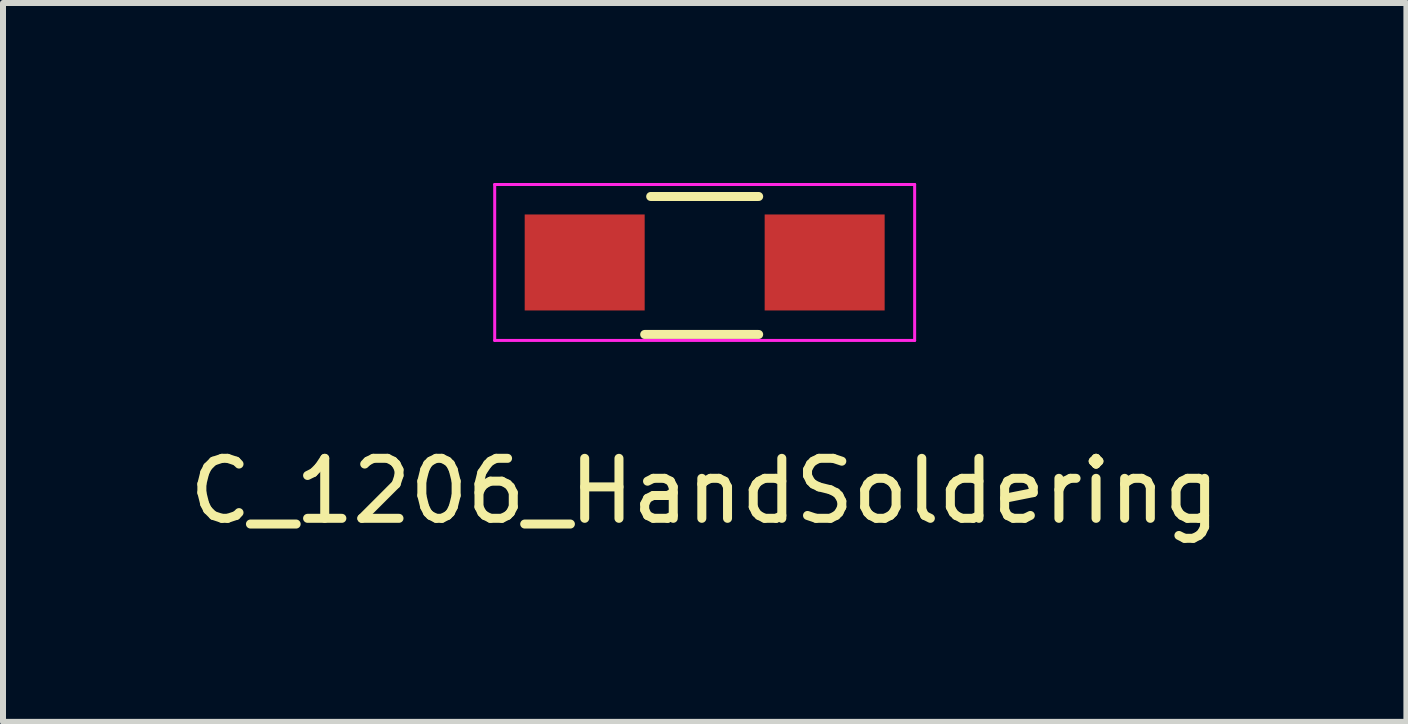
<source format=kicad_pcb>
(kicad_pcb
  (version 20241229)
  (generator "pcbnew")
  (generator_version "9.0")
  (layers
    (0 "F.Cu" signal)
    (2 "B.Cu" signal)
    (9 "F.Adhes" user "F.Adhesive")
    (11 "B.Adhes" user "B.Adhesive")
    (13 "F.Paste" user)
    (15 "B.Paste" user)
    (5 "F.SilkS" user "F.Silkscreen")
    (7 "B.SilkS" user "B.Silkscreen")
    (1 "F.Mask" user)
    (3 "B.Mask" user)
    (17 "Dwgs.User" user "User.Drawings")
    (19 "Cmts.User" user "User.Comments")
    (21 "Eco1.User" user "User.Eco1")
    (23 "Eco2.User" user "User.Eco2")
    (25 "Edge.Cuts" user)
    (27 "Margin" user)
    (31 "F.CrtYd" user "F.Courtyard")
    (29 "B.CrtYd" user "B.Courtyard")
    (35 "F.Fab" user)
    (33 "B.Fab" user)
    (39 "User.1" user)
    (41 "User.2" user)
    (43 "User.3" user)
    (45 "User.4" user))
  (footprint "C_1206_HandSoldering"
    (layer "F.Cu")
    (at 8.696 1.325)
    (property "Reference" "C_1206_HandSoldering" (at 0 3.81 0) (layer "F.SilkS") (effects (font (size 1 1) (thickness 0.15))))
    (attr through_hole)
    (fp_line (start -0.9 -1.1) (end 0.9 -1.1) (stroke (width 0.15) (type solid)) (layer "F.SilkS"))
    (fp_line (start 0.9 1.2) (end -1 1.2) (stroke (width 0.15) (type solid)) (layer "F.SilkS"))
    (fp_line (start -3.5 -1.3) (end -3.5 1.3) (stroke (width 0.05) (type solid)) (layer "F.CrtYd"))
    (fp_line (start -3.5 1.3) (end 3.5 1.3) (stroke (width 0.05) (type solid)) (layer "F.CrtYd"))
    (fp_line (start 3.5 -1.3) (end -3.5 -1.3) (stroke (width 0.05) (type solid)) (layer "F.CrtYd"))
    (fp_line (start 3.5 1.3) (end 3.5 -1.3) (stroke (width 0.05) (type solid)) (layer "F.CrtYd"))
    (pad "1" smd rect (at -2 0) (size 2 1.6) (layers "F.Cu" "F.Mask" "F.Paste"))
    (pad "2" smd rect (at 2 0) (size 2 1.6) (layers "F.Cu" "F.Mask" "F.Paste")))
  (gr_rect
    (start -3 -3)
    (end 20.393 8.983)
    (stroke (width 0.1) (type default))
    (fill no)
    (layer "Edge.Cuts")))
</source>
